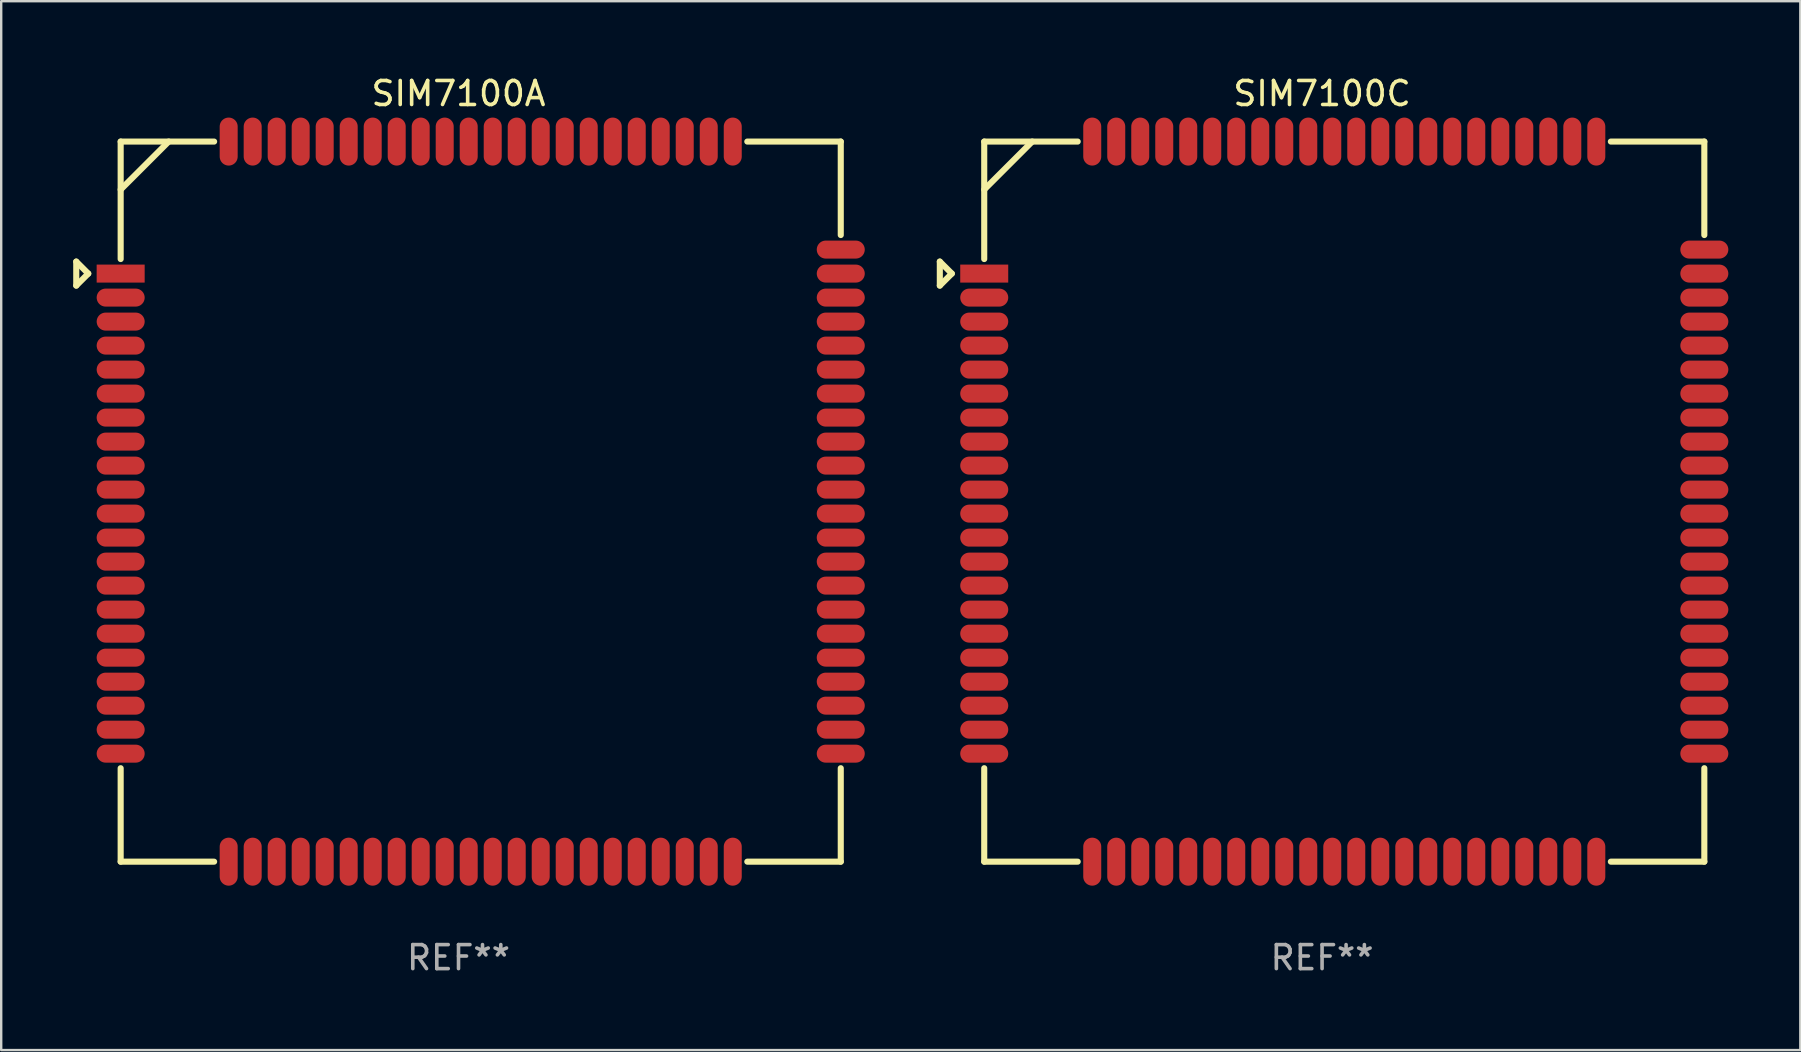
<source format=kicad_pcb>
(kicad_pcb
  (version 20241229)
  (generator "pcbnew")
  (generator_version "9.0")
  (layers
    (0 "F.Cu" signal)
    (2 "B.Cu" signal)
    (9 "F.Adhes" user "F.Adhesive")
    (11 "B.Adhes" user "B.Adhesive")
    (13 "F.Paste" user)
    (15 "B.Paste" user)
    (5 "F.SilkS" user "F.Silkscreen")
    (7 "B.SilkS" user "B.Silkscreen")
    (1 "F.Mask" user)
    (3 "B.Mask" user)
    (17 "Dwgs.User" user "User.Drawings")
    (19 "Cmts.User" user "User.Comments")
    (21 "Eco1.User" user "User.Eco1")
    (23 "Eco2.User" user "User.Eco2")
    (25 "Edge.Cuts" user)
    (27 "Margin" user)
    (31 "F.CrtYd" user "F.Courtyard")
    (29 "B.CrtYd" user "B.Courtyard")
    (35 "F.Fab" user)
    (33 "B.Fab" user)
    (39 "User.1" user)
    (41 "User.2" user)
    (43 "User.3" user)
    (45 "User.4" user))
  (footprint "SIM7100A"
    (layer "F.Cu")
    (at 16.052 17.848)
    (property "Reference" "SIM7100A" (at 0 -17 0) (layer "F.SilkS") (effects (font (size 1 1) (thickness 0.15))))
    (attr through_hole)
    (fp_line (start -15.925 -10) (end -15.925 -9) (stroke (width 0.254) (type solid)) (layer "F.SilkS"))
    (fp_line (start -15.925 -9) (end -15.425 -9.5) (stroke (width 0.254) (type solid)) (layer "F.SilkS"))
    (fp_line (start -15.425 -9.5) (end -15.925 -10) (stroke (width 0.254) (type solid)) (layer "F.SilkS"))
    (fp_line (start -14.075 -15) (end -10.181 -15) (stroke (width 0.254) (type solid)) (layer "F.SilkS"))
    (fp_line (start -14.075 -10.106) (end -14.075 -15) (stroke (width 0.254) (type solid)) (layer "F.SilkS"))
    (fp_line (start -14.075 15) (end -14.075 11.106) (stroke (width 0.254) (type solid)) (layer "F.SilkS"))
    (fp_line (start -12.075 -15) (end -14.075 -13) (stroke (width 0.254) (type solid)) (layer "F.SilkS"))
    (fp_line (start -10.181 15) (end -14.075 15) (stroke (width 0.254) (type solid)) (layer "F.SilkS"))
    (fp_line (start 12.031 -15) (end 15.925 -15) (stroke (width 0.254) (type solid)) (layer "F.SilkS"))
    (fp_line (start 15.925 -15) (end 15.925 -11.106) (stroke (width 0.254) (type solid)) (layer "F.SilkS"))
    (fp_line (start 15.925 11.106) (end 15.925 15) (stroke (width 0.254) (type solid)) (layer "F.SilkS"))
    (fp_line (start 15.925 15) (end 12.031 15) (stroke (width 0.254) (type solid)) (layer "F.SilkS"))
    (fp_circle (center -14.075 -15) (end -14.045 -15) (stroke (width 0.06) (type solid)) (fill no) (layer "F.SilkS"))
    (fp_text user "REF**" (at 0 19 0) (layer "F.Fab") (effects (font (size 1 1) (thickness 0.15))))
    (pad "1" smd rect (at -14.075 -9.5) (size 2 0.75) (layers "F.Cu" "F.Mask" "F.Paste"))
    (pad "2" smd oval (at -14.075 -8.5) (size 2 0.75) (layers "F.Cu" "F.Mask" "F.Paste"))
    (pad "3" smd oval (at -14.075 -7.5) (size 2 0.75) (layers "F.Cu" "F.Mask" "F.Paste"))
    (pad "4" smd oval (at -14.075 -6.5) (size 2 0.75) (layers "F.Cu" "F.Mask" "F.Paste"))
    (pad "5" smd oval (at -14.075 -5.5) (size 2 0.75) (layers "F.Cu" "F.Mask" "F.Paste"))
    (pad "6" smd oval (at -14.075 -4.5) (size 2 0.75) (layers "F.Cu" "F.Mask" "F.Paste"))
    (pad "7" smd oval (at -14.075 -3.5) (size 2 0.75) (layers "F.Cu" "F.Mask" "F.Paste"))
    (pad "8" smd oval (at -14.075 -2.5) (size 2 0.75) (layers "F.Cu" "F.Mask" "F.Paste"))
    (pad "9" smd oval (at -14.075 -1.5) (size 2 0.75) (layers "F.Cu" "F.Mask" "F.Paste"))
    (pad "10" smd oval (at -14.075 -0.5) (size 2 0.75) (layers "F.Cu" "F.Mask" "F.Paste"))
    (pad "11" smd oval (at -14.075 0.5) (size 2 0.75) (layers "F.Cu" "F.Mask" "F.Paste"))
    (pad "12" smd oval (at -14.075 1.5) (size 2 0.75) (layers "F.Cu" "F.Mask" "F.Paste"))
    (pad "13" smd oval (at -14.075 2.5) (size 2 0.75) (layers "F.Cu" "F.Mask" "F.Paste"))
    (pad "14" smd oval (at -14.075 3.5) (size 2 0.75) (layers "F.Cu" "F.Mask" "F.Paste"))
    (pad "15" smd oval (at -14.075 4.5) (size 2 0.75) (layers "F.Cu" "F.Mask" "F.Paste"))
    (pad "16" smd oval (at -14.075 5.5) (size 2 0.75) (layers "F.Cu" "F.Mask" "F.Paste"))
    (pad "17" smd oval (at -14.075 6.5) (size 2 0.75) (layers "F.Cu" "F.Mask" "F.Paste"))
    (pad "18" smd oval (at -14.075 7.5) (size 2 0.75) (layers "F.Cu" "F.Mask" "F.Paste"))
    (pad "19" smd oval (at -14.075 8.5) (size 2 0.75) (layers "F.Cu" "F.Mask" "F.Paste"))
    (pad "20" smd oval (at -14.075 9.5) (size 2 0.75) (layers "F.Cu" "F.Mask" "F.Paste"))
    (pad "21" smd oval (at -8.575 15 90) (size 2 0.75) (layers "F.Cu" "F.Mask" "F.Paste"))
    (pad "22" smd oval (at -7.575 15 90) (size 2 0.75) (layers "F.Cu" "F.Mask" "F.Paste"))
    (pad "23" smd oval (at -6.575 15 90) (size 2 0.75) (layers "F.Cu" "F.Mask" "F.Paste"))
    (pad "24" smd oval (at -5.575 15 90) (size 2 0.75) (layers "F.Cu" "F.Mask" "F.Paste"))
    (pad "25" smd oval (at -4.575 15 90) (size 2 0.75) (layers "F.Cu" "F.Mask" "F.Paste"))
    (pad "26" smd oval (at -3.575 15 90) (size 2 0.75) (layers "F.Cu" "F.Mask" "F.Paste"))
    (pad "27" smd oval (at -2.575 15 90) (size 2 0.75) (layers "F.Cu" "F.Mask" "F.Paste"))
    (pad "28" smd oval (at -1.575 15 90) (size 2 0.75) (layers "F.Cu" "F.Mask" "F.Paste"))
    (pad "29" smd oval (at -0.575 15 90) (size 2 0.75) (layers "F.Cu" "F.Mask" "F.Paste"))
    (pad "30" smd oval (at 0.425 15 90) (size 2 0.75) (layers "F.Cu" "F.Mask" "F.Paste"))
    (pad "31" smd oval (at 1.425 15 90) (size 2 0.75) (layers "F.Cu" "F.Mask" "F.Paste"))
    (pad "32" smd oval (at 2.425 15 90) (size 2 0.75) (layers "F.Cu" "F.Mask" "F.Paste"))
    (pad "33" smd oval (at 3.425 15 90) (size 2 0.75) (layers "F.Cu" "F.Mask" "F.Paste"))
    (pad "34" smd oval (at 4.425 15 90) (size 2 0.75) (layers "F.Cu" "F.Mask" "F.Paste"))
    (pad "35" smd oval (at 5.425 15 90) (size 2 0.75) (layers "F.Cu" "F.Mask" "F.Paste"))
    (pad "36" smd oval (at 6.425 15 90) (size 2 0.75) (layers "F.Cu" "F.Mask" "F.Paste"))
    (pad "37" smd oval (at 7.425 15 90) (size 2 0.75) (layers "F.Cu" "F.Mask" "F.Paste"))
    (pad "38" smd oval (at 8.425 15 90) (size 2 0.75) (layers "F.Cu" "F.Mask" "F.Paste"))
    (pad "39" smd oval (at 9.425 15 90) (size 2 0.75) (layers "F.Cu" "F.Mask" "F.Paste"))
    (pad "40" smd oval (at 10.425 15 90) (size 2 0.75) (layers "F.Cu" "F.Mask" "F.Paste"))
    (pad "41" smd oval (at 15.925 9.5 180) (size 2 0.75) (layers "F.Cu" "F.Mask" "F.Paste"))
    (pad "42" smd oval (at 15.925 8.5 180) (size 2 0.75) (layers "F.Cu" "F.Mask" "F.Paste"))
    (pad "43" smd oval (at 15.925 7.5 180) (size 2 0.75) (layers "F.Cu" "F.Mask" "F.Paste"))
    (pad "44" smd oval (at 15.925 6.5 180) (size 2 0.75) (layers "F.Cu" "F.Mask" "F.Paste"))
    (pad "45" smd oval (at 15.925 5.5 180) (size 2 0.75) (layers "F.Cu" "F.Mask" "F.Paste"))
    (pad "46" smd oval (at 15.925 4.5 180) (size 2 0.75) (layers "F.Cu" "F.Mask" "F.Paste"))
    (pad "47" smd oval (at 15.925 3.5 180) (size 2 0.75) (layers "F.Cu" "F.Mask" "F.Paste"))
    (pad "48" smd oval (at 15.925 2.5 180) (size 2 0.75) (layers "F.Cu" "F.Mask" "F.Paste"))
    (pad "49" smd oval (at 15.925 1.5 180) (size 2 0.75) (layers "F.Cu" "F.Mask" "F.Paste"))
    (pad "50" smd oval (at 15.925 0.5 180) (size 2 0.75) (layers "F.Cu" "F.Mask" "F.Paste"))
    (pad "51" smd oval (at 15.925 -0.5 180) (size 2 0.75) (layers "F.Cu" "F.Mask" "F.Paste"))
    (pad "52" smd oval (at 15.925 -1.5 180) (size 2 0.75) (layers "F.Cu" "F.Mask" "F.Paste"))
    (pad "53" smd oval (at 15.925 -2.5 180) (size 2 0.75) (layers "F.Cu" "F.Mask" "F.Paste"))
    (pad "54" smd oval (at 15.925 -3.5 180) (size 2 0.75) (layers "F.Cu" "F.Mask" "F.Paste"))
    (pad "55" smd oval (at 15.925 -4.5 180) (size 2 0.75) (layers "F.Cu" "F.Mask" "F.Paste"))
    (pad "56" smd oval (at 15.925 -5.5 180) (size 2 0.75) (layers "F.Cu" "F.Mask" "F.Paste"))
    (pad "57" smd oval (at 15.925 -6.5 180) (size 2 0.75) (layers "F.Cu" "F.Mask" "F.Paste"))
    (pad "58" smd oval (at 15.925 -7.5 180) (size 2 0.75) (layers "F.Cu" "F.Mask" "F.Paste"))
    (pad "59" smd oval (at 15.925 -8.5 180) (size 2 0.75) (layers "F.Cu" "F.Mask" "F.Paste"))
    (pad "60" smd oval (at 15.925 -9.5 180) (size 2 0.75) (layers "F.Cu" "F.Mask" "F.Paste"))
    (pad "61" smd oval (at 10.425 -15 270) (size 2 0.75) (layers "F.Cu" "F.Mask" "F.Paste"))
    (pad "62" smd oval (at 9.425 -15 270) (size 2 0.75) (layers "F.Cu" "F.Mask" "F.Paste"))
    (pad "63" smd oval (at 8.425 -15 270) (size 2 0.75) (layers "F.Cu" "F.Mask" "F.Paste"))
    (pad "64" smd oval (at 7.425 -15 270) (size 2 0.75) (layers "F.Cu" "F.Mask" "F.Paste"))
    (pad "65" smd oval (at 6.425 -15 270) (size 2 0.75) (layers "F.Cu" "F.Mask" "F.Paste"))
    (pad "66" smd oval (at 5.425 -15 270) (size 2 0.75) (layers "F.Cu" "F.Mask" "F.Paste"))
    (pad "67" smd oval (at 4.425 -15 270) (size 2 0.75) (layers "F.Cu" "F.Mask" "F.Paste"))
    (pad "68" smd oval (at 3.425 -15 270) (size 2 0.75) (layers "F.Cu" "F.Mask" "F.Paste"))
    (pad "69" smd oval (at 2.425 -15 270) (size 2 0.75) (layers "F.Cu" "F.Mask" "F.Paste"))
    (pad "70" smd oval (at 1.425 -15 270) (size 2 0.75) (layers "F.Cu" "F.Mask" "F.Paste"))
    (pad "71" smd oval (at 0.425 -15 270) (size 2 0.75) (layers "F.Cu" "F.Mask" "F.Paste"))
    (pad "72" smd oval (at -0.575 -15 270) (size 2 0.75) (layers "F.Cu" "F.Mask" "F.Paste"))
    (pad "73" smd oval (at -1.575 -15 270) (size 2 0.75) (layers "F.Cu" "F.Mask" "F.Paste"))
    (pad "74" smd oval (at -2.575 -15 270) (size 2 0.75) (layers "F.Cu" "F.Mask" "F.Paste"))
    (pad "75" smd oval (at -3.575 -15 270) (size 2 0.75) (layers "F.Cu" "F.Mask" "F.Paste"))
    (pad "76" smd oval (at -4.575 -15 270) (size 2 0.75) (layers "F.Cu" "F.Mask" "F.Paste"))
    (pad "77" smd oval (at -5.575 -15 270) (size 2 0.75) (layers "F.Cu" "F.Mask" "F.Paste"))
    (pad "78" smd oval (at -6.575 -15 270) (size 2 0.75) (layers "F.Cu" "F.Mask" "F.Paste"))
    (pad "79" smd oval (at -7.575 -15 270) (size 2 0.75) (layers "F.Cu" "F.Mask" "F.Paste"))
    (pad "80" smd oval (at -8.575 -15 270) (size 2 0.75) (layers "F.Cu" "F.Mask" "F.Paste"))
    (pad "81" smd oval (at -14.075 10.5) (size 2 0.75) (layers "F.Cu" "F.Mask" "F.Paste"))
    (pad "82" smd oval (at 15.925 10.5) (size 2 0.75) (layers "F.Cu" "F.Mask" "F.Paste"))
    (pad "83" smd oval (at 11.425 15 90) (size 2 0.75) (layers "F.Cu" "F.Mask" "F.Paste"))
    (pad "84" smd oval (at -9.575 15 90) (size 2 0.75) (layers "F.Cu" "F.Mask" "F.Paste"))
    (pad "85" smd oval (at 15.925 -10.5 180) (size 2 0.75) (layers "F.Cu" "F.Mask" "F.Paste"))
    (pad "86" smd oval (at -9.575 -15 270) (size 2 0.75) (layers "F.Cu" "F.Mask" "F.Paste"))
    (pad "87" smd oval (at 11.425 -15 270) (size 2 0.75) (layers "F.Cu" "F.Mask" "F.Paste")))
  (footprint "SIM7100C"
    (layer "F.Cu")
    (at 52.029 17.848)
    (property "Reference" "SIM7100C" (at 0 -17 0) (layer "F.SilkS") (effects (font (size 1 1) (thickness 0.15))))
    (attr through_hole)
    (fp_line (start -15.925 -10) (end -15.925 -9) (stroke (width 0.254) (type solid)) (layer "F.SilkS"))
    (fp_line (start -15.925 -9) (end -15.425 -9.5) (stroke (width 0.254) (type solid)) (layer "F.SilkS"))
    (fp_line (start -15.425 -9.5) (end -15.925 -10) (stroke (width 0.254) (type solid)) (layer "F.SilkS"))
    (fp_line (start -14.075 -15) (end -10.181 -15) (stroke (width 0.254) (type solid)) (layer "F.SilkS"))
    (fp_line (start -14.075 -10.106) (end -14.075 -15) (stroke (width 0.254) (type solid)) (layer "F.SilkS"))
    (fp_line (start -14.075 15) (end -14.075 11.106) (stroke (width 0.254) (type solid)) (layer "F.SilkS"))
    (fp_line (start -12.075 -15) (end -14.075 -13) (stroke (width 0.254) (type solid)) (layer "F.SilkS"))
    (fp_line (start -10.181 15) (end -14.075 15) (stroke (width 0.254) (type solid)) (layer "F.SilkS"))
    (fp_line (start 12.031 -15) (end 15.925 -15) (stroke (width 0.254) (type solid)) (layer "F.SilkS"))
    (fp_line (start 15.925 -15) (end 15.925 -11.106) (stroke (width 0.254) (type solid)) (layer "F.SilkS"))
    (fp_line (start 15.925 11.106) (end 15.925 15) (stroke (width 0.254) (type solid)) (layer "F.SilkS"))
    (fp_line (start 15.925 15) (end 12.031 15) (stroke (width 0.254) (type solid)) (layer "F.SilkS"))
    (fp_circle (center -14.075 -15) (end -14.045 -15) (stroke (width 0.06) (type solid)) (fill no) (layer "F.SilkS"))
    (fp_text user "REF**" (at 0 19 0) (layer "F.Fab") (effects (font (size 1 1) (thickness 0.15))))
    (pad "1" smd rect (at -14.075 -9.5) (size 2 0.75) (layers "F.Cu" "F.Mask" "F.Paste"))
    (pad "2" smd oval (at -14.075 -8.5) (size 2 0.75) (layers "F.Cu" "F.Mask" "F.Paste"))
    (pad "3" smd oval (at -14.075 -7.5) (size 2 0.75) (layers "F.Cu" "F.Mask" "F.Paste"))
    (pad "4" smd oval (at -14.075 -6.5) (size 2 0.75) (layers "F.Cu" "F.Mask" "F.Paste"))
    (pad "5" smd oval (at -14.075 -5.5) (size 2 0.75) (layers "F.Cu" "F.Mask" "F.Paste"))
    (pad "6" smd oval (at -14.075 -4.5) (size 2 0.75) (layers "F.Cu" "F.Mask" "F.Paste"))
    (pad "7" smd oval (at -14.075 -3.5) (size 2 0.75) (layers "F.Cu" "F.Mask" "F.Paste"))
    (pad "8" smd oval (at -14.075 -2.5) (size 2 0.75) (layers "F.Cu" "F.Mask" "F.Paste"))
    (pad "9" smd oval (at -14.075 -1.5) (size 2 0.75) (layers "F.Cu" "F.Mask" "F.Paste"))
    (pad "10" smd oval (at -14.075 -0.5) (size 2 0.75) (layers "F.Cu" "F.Mask" "F.Paste"))
    (pad "11" smd oval (at -14.075 0.5) (size 2 0.75) (layers "F.Cu" "F.Mask" "F.Paste"))
    (pad "12" smd oval (at -14.075 1.5) (size 2 0.75) (layers "F.Cu" "F.Mask" "F.Paste"))
    (pad "13" smd oval (at -14.075 2.5) (size 2 0.75) (layers "F.Cu" "F.Mask" "F.Paste"))
    (pad "14" smd oval (at -14.075 3.5) (size 2 0.75) (layers "F.Cu" "F.Mask" "F.Paste"))
    (pad "15" smd oval (at -14.075 4.5) (size 2 0.75) (layers "F.Cu" "F.Mask" "F.Paste"))
    (pad "16" smd oval (at -14.075 5.5) (size 2 0.75) (layers "F.Cu" "F.Mask" "F.Paste"))
    (pad "17" smd oval (at -14.075 6.5) (size 2 0.75) (layers "F.Cu" "F.Mask" "F.Paste"))
    (pad "18" smd oval (at -14.075 7.5) (size 2 0.75) (layers "F.Cu" "F.Mask" "F.Paste"))
    (pad "19" smd oval (at -14.075 8.5) (size 2 0.75) (layers "F.Cu" "F.Mask" "F.Paste"))
    (pad "20" smd oval (at -14.075 9.5) (size 2 0.75) (layers "F.Cu" "F.Mask" "F.Paste"))
    (pad "21" smd oval (at -8.575 15 90) (size 2 0.75) (layers "F.Cu" "F.Mask" "F.Paste"))
    (pad "22" smd oval (at -7.575 15 90) (size 2 0.75) (layers "F.Cu" "F.Mask" "F.Paste"))
    (pad "23" smd oval (at -6.575 15 90) (size 2 0.75) (layers "F.Cu" "F.Mask" "F.Paste"))
    (pad "24" smd oval (at -5.575 15 90) (size 2 0.75) (layers "F.Cu" "F.Mask" "F.Paste"))
    (pad "25" smd oval (at -4.575 15 90) (size 2 0.75) (layers "F.Cu" "F.Mask" "F.Paste"))
    (pad "26" smd oval (at -3.575 15 90) (size 2 0.75) (layers "F.Cu" "F.Mask" "F.Paste"))
    (pad "27" smd oval (at -2.575 15 90) (size 2 0.75) (layers "F.Cu" "F.Mask" "F.Paste"))
    (pad "28" smd oval (at -1.575 15 90) (size 2 0.75) (layers "F.Cu" "F.Mask" "F.Paste"))
    (pad "29" smd oval (at -0.575 15 90) (size 2 0.75) (layers "F.Cu" "F.Mask" "F.Paste"))
    (pad "30" smd oval (at 0.425 15 90) (size 2 0.75) (layers "F.Cu" "F.Mask" "F.Paste"))
    (pad "31" smd oval (at 1.425 15 90) (size 2 0.75) (layers "F.Cu" "F.Mask" "F.Paste"))
    (pad "32" smd oval (at 2.425 15 90) (size 2 0.75) (layers "F.Cu" "F.Mask" "F.Paste"))
    (pad "33" smd oval (at 3.425 15 90) (size 2 0.75) (layers "F.Cu" "F.Mask" "F.Paste"))
    (pad "34" smd oval (at 4.425 15 90) (size 2 0.75) (layers "F.Cu" "F.Mask" "F.Paste"))
    (pad "35" smd oval (at 5.425 15 90) (size 2 0.75) (layers "F.Cu" "F.Mask" "F.Paste"))
    (pad "36" smd oval (at 6.425 15 90) (size 2 0.75) (layers "F.Cu" "F.Mask" "F.Paste"))
    (pad "37" smd oval (at 7.425 15 90) (size 2 0.75) (layers "F.Cu" "F.Mask" "F.Paste"))
    (pad "38" smd oval (at 8.425 15 90) (size 2 0.75) (layers "F.Cu" "F.Mask" "F.Paste"))
    (pad "39" smd oval (at 9.425 15 90) (size 2 0.75) (layers "F.Cu" "F.Mask" "F.Paste"))
    (pad "40" smd oval (at 10.425 15 90) (size 2 0.75) (layers "F.Cu" "F.Mask" "F.Paste"))
    (pad "41" smd oval (at 15.925 9.5 180) (size 2 0.75) (layers "F.Cu" "F.Mask" "F.Paste"))
    (pad "42" smd oval (at 15.925 8.5 180) (size 2 0.75) (layers "F.Cu" "F.Mask" "F.Paste"))
    (pad "43" smd oval (at 15.925 7.5 180) (size 2 0.75) (layers "F.Cu" "F.Mask" "F.Paste"))
    (pad "44" smd oval (at 15.925 6.5 180) (size 2 0.75) (layers "F.Cu" "F.Mask" "F.Paste"))
    (pad "45" smd oval (at 15.925 5.5 180) (size 2 0.75) (layers "F.Cu" "F.Mask" "F.Paste"))
    (pad "46" smd oval (at 15.925 4.5 180) (size 2 0.75) (layers "F.Cu" "F.Mask" "F.Paste"))
    (pad "47" smd oval (at 15.925 3.5 180) (size 2 0.75) (layers "F.Cu" "F.Mask" "F.Paste"))
    (pad "48" smd oval (at 15.925 2.5 180) (size 2 0.75) (layers "F.Cu" "F.Mask" "F.Paste"))
    (pad "49" smd oval (at 15.925 1.5 180) (size 2 0.75) (layers "F.Cu" "F.Mask" "F.Paste"))
    (pad "50" smd oval (at 15.925 0.5 180) (size 2 0.75) (layers "F.Cu" "F.Mask" "F.Paste"))
    (pad "51" smd oval (at 15.925 -0.5 180) (size 2 0.75) (layers "F.Cu" "F.Mask" "F.Paste"))
    (pad "52" smd oval (at 15.925 -1.5 180) (size 2 0.75) (layers "F.Cu" "F.Mask" "F.Paste"))
    (pad "53" smd oval (at 15.925 -2.5 180) (size 2 0.75) (layers "F.Cu" "F.Mask" "F.Paste"))
    (pad "54" smd oval (at 15.925 -3.5 180) (size 2 0.75) (layers "F.Cu" "F.Mask" "F.Paste"))
    (pad "55" smd oval (at 15.925 -4.5 180) (size 2 0.75) (layers "F.Cu" "F.Mask" "F.Paste"))
    (pad "56" smd oval (at 15.925 -5.5 180) (size 2 0.75) (layers "F.Cu" "F.Mask" "F.Paste"))
    (pad "57" smd oval (at 15.925 -6.5 180) (size 2 0.75) (layers "F.Cu" "F.Mask" "F.Paste"))
    (pad "58" smd oval (at 15.925 -7.5 180) (size 2 0.75) (layers "F.Cu" "F.Mask" "F.Paste"))
    (pad "59" smd oval (at 15.925 -8.5 180) (size 2 0.75) (layers "F.Cu" "F.Mask" "F.Paste"))
    (pad "60" smd oval (at 15.925 -9.5 180) (size 2 0.75) (layers "F.Cu" "F.Mask" "F.Paste"))
    (pad "61" smd oval (at 10.425 -15 270) (size 2 0.75) (layers "F.Cu" "F.Mask" "F.Paste"))
    (pad "62" smd oval (at 9.425 -15 270) (size 2 0.75) (layers "F.Cu" "F.Mask" "F.Paste"))
    (pad "63" smd oval (at 8.425 -15 270) (size 2 0.75) (layers "F.Cu" "F.Mask" "F.Paste"))
    (pad "64" smd oval (at 7.425 -15 270) (size 2 0.75) (layers "F.Cu" "F.Mask" "F.Paste"))
    (pad "65" smd oval (at 6.425 -15 270) (size 2 0.75) (layers "F.Cu" "F.Mask" "F.Paste"))
    (pad "66" smd oval (at 5.425 -15 270) (size 2 0.75) (layers "F.Cu" "F.Mask" "F.Paste"))
    (pad "67" smd oval (at 4.425 -15 270) (size 2 0.75) (layers "F.Cu" "F.Mask" "F.Paste"))
    (pad "68" smd oval (at 3.425 -15 270) (size 2 0.75) (layers "F.Cu" "F.Mask" "F.Paste"))
    (pad "69" smd oval (at 2.425 -15 270) (size 2 0.75) (layers "F.Cu" "F.Mask" "F.Paste"))
    (pad "70" smd oval (at 1.425 -15 270) (size 2 0.75) (layers "F.Cu" "F.Mask" "F.Paste"))
    (pad "71" smd oval (at 0.425 -15 270) (size 2 0.75) (layers "F.Cu" "F.Mask" "F.Paste"))
    (pad "72" smd oval (at -0.575 -15 270) (size 2 0.75) (layers "F.Cu" "F.Mask" "F.Paste"))
    (pad "73" smd oval (at -1.575 -15 270) (size 2 0.75) (layers "F.Cu" "F.Mask" "F.Paste"))
    (pad "74" smd oval (at -2.575 -15 270) (size 2 0.75) (layers "F.Cu" "F.Mask" "F.Paste"))
    (pad "75" smd oval (at -3.575 -15 270) (size 2 0.75) (layers "F.Cu" "F.Mask" "F.Paste"))
    (pad "76" smd oval (at -4.575 -15 270) (size 2 0.75) (layers "F.Cu" "F.Mask" "F.Paste"))
    (pad "77" smd oval (at -5.575 -15 270) (size 2 0.75) (layers "F.Cu" "F.Mask" "F.Paste"))
    (pad "78" smd oval (at -6.575 -15 270) (size 2 0.75) (layers "F.Cu" "F.Mask" "F.Paste"))
    (pad "79" smd oval (at -7.575 -15 270) (size 2 0.75) (layers "F.Cu" "F.Mask" "F.Paste"))
    (pad "80" smd oval (at -8.575 -15 270) (size 2 0.75) (layers "F.Cu" "F.Mask" "F.Paste"))
    (pad "81" smd oval (at -14.075 10.5) (size 2 0.75) (layers "F.Cu" "F.Mask" "F.Paste"))
    (pad "82" smd oval (at 15.925 10.5) (size 2 0.75) (layers "F.Cu" "F.Mask" "F.Paste"))
    (pad "83" smd oval (at 11.425 15 90) (size 2 0.75) (layers "F.Cu" "F.Mask" "F.Paste"))
    (pad "84" smd oval (at -9.575 15 90) (size 2 0.75) (layers "F.Cu" "F.Mask" "F.Paste"))
    (pad "85" smd oval (at 15.925 -10.5 180) (size 2 0.75) (layers "F.Cu" "F.Mask" "F.Paste"))
    (pad "86" smd oval (at -9.575 -15 270) (size 2 0.75) (layers "F.Cu" "F.Mask" "F.Paste"))
    (pad "87" smd oval (at 11.425 -15 270) (size 2 0.75) (layers "F.Cu" "F.Mask" "F.Paste")))
  (gr_rect
    (start -3 -3)
    (end 71.954 40.697)
    (stroke (width 0.1) (type default))
    (fill no)
    (layer "Edge.Cuts")))
</source>
